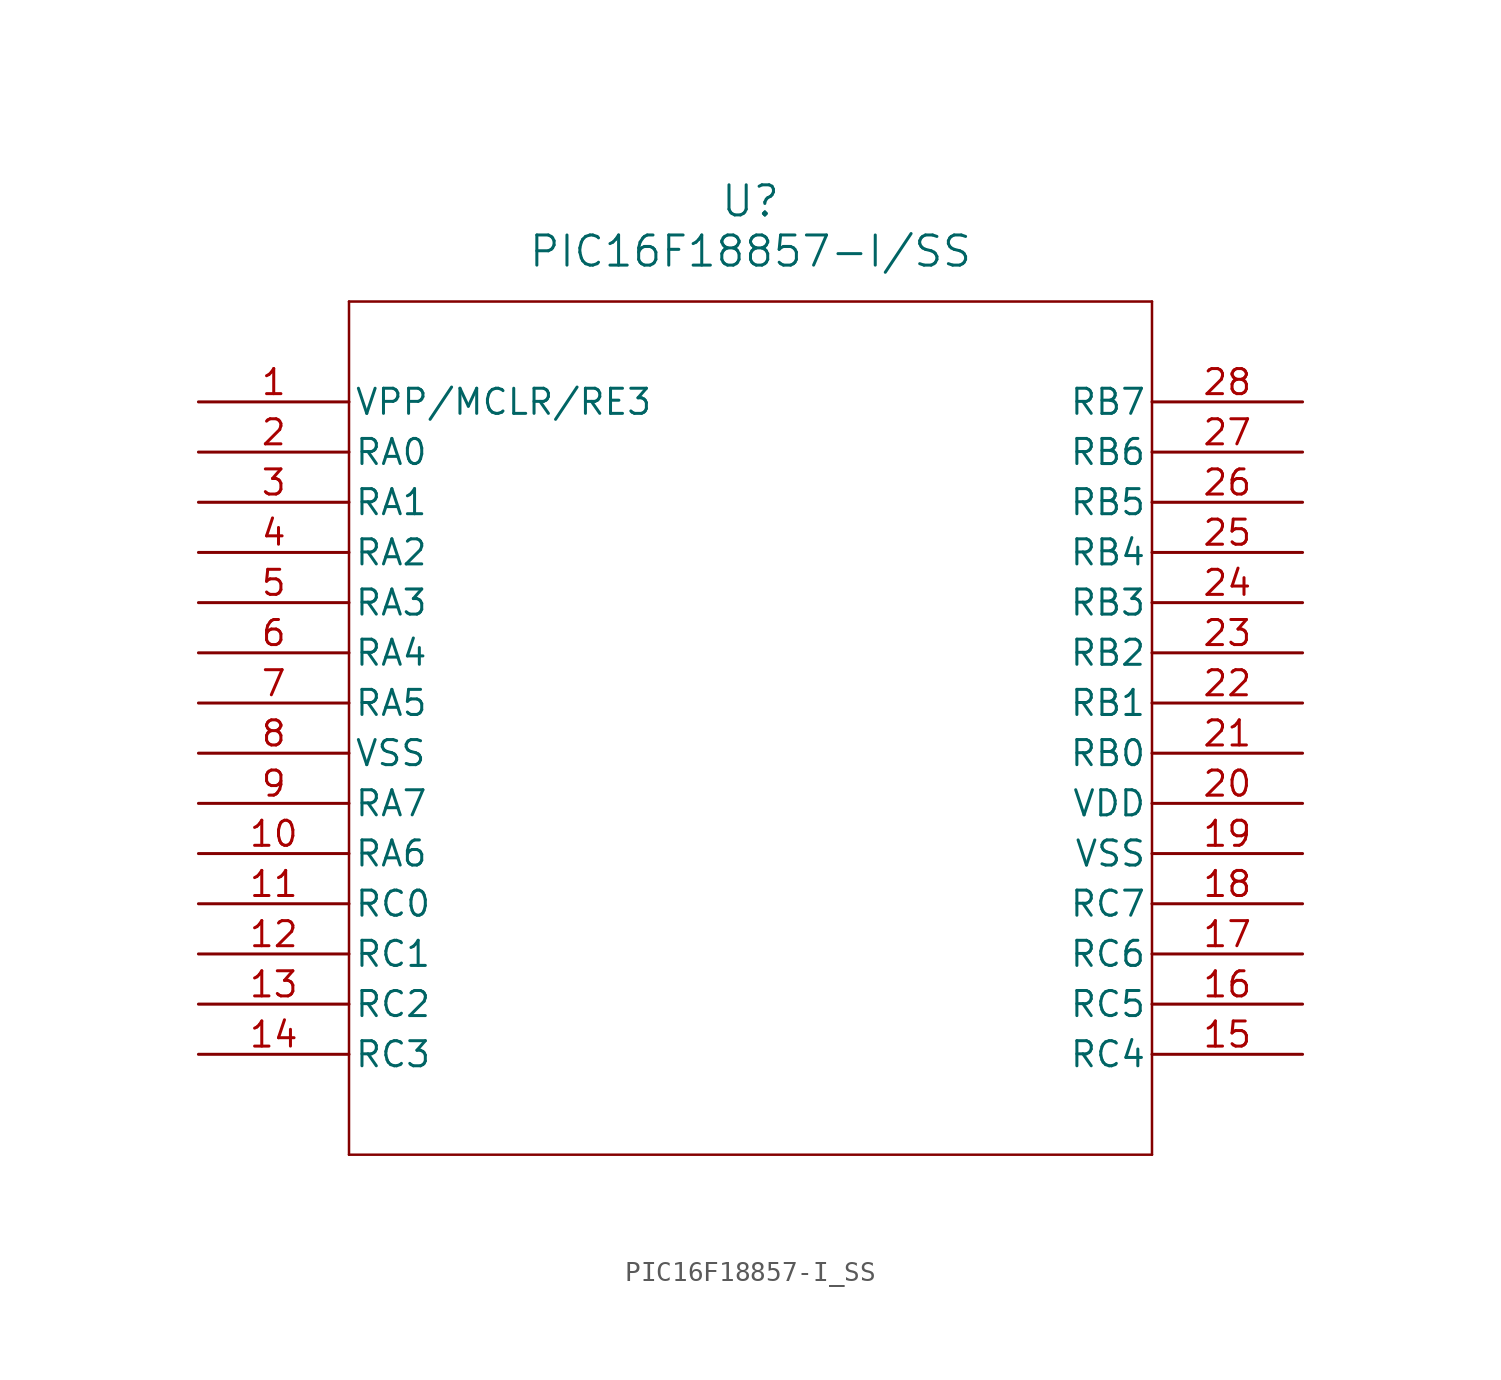
<source format=kicad_sym>
(kicad_symbol_lib
  (version 20220914)
  (generator kicad_symbol_editor)
  (symbol "PIC16F18857-I_SS"
    (pin_names
      (offset 0.254))
    (property "Reference" "U"
      (at 27.94 10.16 0)
      (effects (font (size 1.524 1.524))))
    (property "Value" "PIC16F18857-I/SS"
      (at 27.94 7.62 0)
      (effects (font (size 1.524 1.524))))
    (property "ki_locked" ""
      (at 0 0 0)
      (effects (font (size 1.27 1.27))))
    (symbol "PIC16F18857-I_SS_0_1"
      (polyline (pts (xy 7.62 -38.1) (xy 48.26 -38.1)) (stroke (width 0.127) (type default)) (fill (type none)))
      (polyline (pts (xy 7.62 5.08) (xy 7.62 -38.1)) (stroke (width 0.127) (type default)) (fill (type none)))
      (polyline (pts (xy 48.26 -38.1) (xy 48.26 5.08)) (stroke (width 0.127) (type default)) (fill (type none)))
      (polyline (pts (xy 48.26 5.08) (xy 7.62 5.08)) (stroke (width 0.127) (type default)) (fill (type none)))
      (pin bidirectional line (at 0 0 0) (length 7.62) (name "VPP/MCLR/RE3" (effects (font (size 1.27 1.27)))) (number "1" (effects (font (size 1.27 1.27)))))
      (pin bidirectional line (at 0 -22.86 0) (length 7.62) (name "RA6" (effects (font (size 1.27 1.27)))) (number "10" (effects (font (size 1.27 1.27)))))
      (pin bidirectional line (at 0 -25.4 0) (length 7.62) (name "RC0" (effects (font (size 1.27 1.27)))) (number "11" (effects (font (size 1.27 1.27)))))
      (pin bidirectional line (at 0 -27.94 0) (length 7.62) (name "RC1" (effects (font (size 1.27 1.27)))) (number "12" (effects (font (size 1.27 1.27)))))
      (pin bidirectional line (at 0 -30.48 0) (length 7.62) (name "RC2" (effects (font (size 1.27 1.27)))) (number "13" (effects (font (size 1.27 1.27)))))
      (pin bidirectional line (at 0 -33.02 0) (length 7.62) (name "RC3" (effects (font (size 1.27 1.27)))) (number "14" (effects (font (size 1.27 1.27)))))
      (pin bidirectional line (at 55.88 -33.02 180) (length 7.62) (name "RC4" (effects (font (size 1.27 1.27)))) (number "15" (effects (font (size 1.27 1.27)))))
      (pin bidirectional line (at 55.88 -30.48 180) (length 7.62) (name "RC5" (effects (font (size 1.27 1.27)))) (number "16" (effects (font (size 1.27 1.27)))))
      (pin bidirectional line (at 55.88 -27.94 180) (length 7.62) (name "RC6" (effects (font (size 1.27 1.27)))) (number "17" (effects (font (size 1.27 1.27)))))
      (pin bidirectional line (at 55.88 -25.4 180) (length 7.62) (name "RC7" (effects (font (size 1.27 1.27)))) (number "18" (effects (font (size 1.27 1.27)))))
      (pin bidirectional line (at 0 -2.54 0) (length 7.62) (name "RA0" (effects (font (size 1.27 1.27)))) (number "2" (effects (font (size 1.27 1.27)))))
      (pin power_in line (at 55.88 -20.32 180) (length 7.62) (name "VDD" (effects (font (size 1.27 1.27)))) (number "20" (effects (font (size 1.27 1.27)))))
      (pin bidirectional line (at 55.88 -17.78 180) (length 7.62) (name "RB0" (effects (font (size 1.27 1.27)))) (number "21" (effects (font (size 1.27 1.27)))))
      (pin bidirectional line (at 55.88 -15.24 180) (length 7.62) (name "RB1" (effects (font (size 1.27 1.27)))) (number "22" (effects (font (size 1.27 1.27)))))
      (pin bidirectional line (at 55.88 -12.7 180) (length 7.62) (name "RB2" (effects (font (size 1.27 1.27)))) (number "23" (effects (font (size 1.27 1.27)))))
      (pin bidirectional line (at 55.88 -10.16 180) (length 7.62) (name "RB3" (effects (font (size 1.27 1.27)))) (number "24" (effects (font (size 1.27 1.27)))))
      (pin bidirectional line (at 55.88 -7.62 180) (length 7.62) (name "RB4" (effects (font (size 1.27 1.27)))) (number "25" (effects (font (size 1.27 1.27)))))
      (pin bidirectional line (at 55.88 -5.08 180) (length 7.62) (name "RB5" (effects (font (size 1.27 1.27)))) (number "26" (effects (font (size 1.27 1.27)))))
      (pin bidirectional line (at 55.88 -2.54 180) (length 7.62) (name "RB6" (effects (font (size 1.27 1.27)))) (number "27" (effects (font (size 1.27 1.27)))))
      (pin bidirectional line (at 55.88 0 180) (length 7.62) (name "RB7" (effects (font (size 1.27 1.27)))) (number "28" (effects (font (size 1.27 1.27)))))
      (pin bidirectional line (at 0 -5.08 0) (length 7.62) (name "RA1" (effects (font (size 1.27 1.27)))) (number "3" (effects (font (size 1.27 1.27)))))
      (pin bidirectional line (at 0 -7.62 0) (length 7.62) (name "RA2" (effects (font (size 1.27 1.27)))) (number "4" (effects (font (size 1.27 1.27)))))
      (pin bidirectional line (at 0 -10.16 0) (length 7.62) (name "RA3" (effects (font (size 1.27 1.27)))) (number "5" (effects (font (size 1.27 1.27)))))
      (pin bidirectional line (at 0 -12.7 0) (length 7.62) (name "RA4" (effects (font (size 1.27 1.27)))) (number "6" (effects (font (size 1.27 1.27)))))
      (pin bidirectional line (at 0 -15.24 0) (length 7.62) (name "RA5" (effects (font (size 1.27 1.27)))) (number "7" (effects (font (size 1.27 1.27)))))
      (pin bidirectional line (at 0 -20.32 0) (length 7.62) (name "RA7" (effects (font (size 1.27 1.27)))) (number "9" (effects (font (size 1.27 1.27))))))
    (symbol "PIC16F18857-I_SS_1_1"
      (pin power_in line (at 55.88 -22.86 180) (length 7.62) (name "VSS" (effects (font (size 1.27 1.27)))) (number "19" (effects (font (size 1.27 1.27)))))
      (pin power_in line (at 0 -17.78 0) (length 7.62) (name "VSS" (effects (font (size 1.27 1.27)))) (number "8" (effects (font (size 1.27 1.27))))))))
</source>
